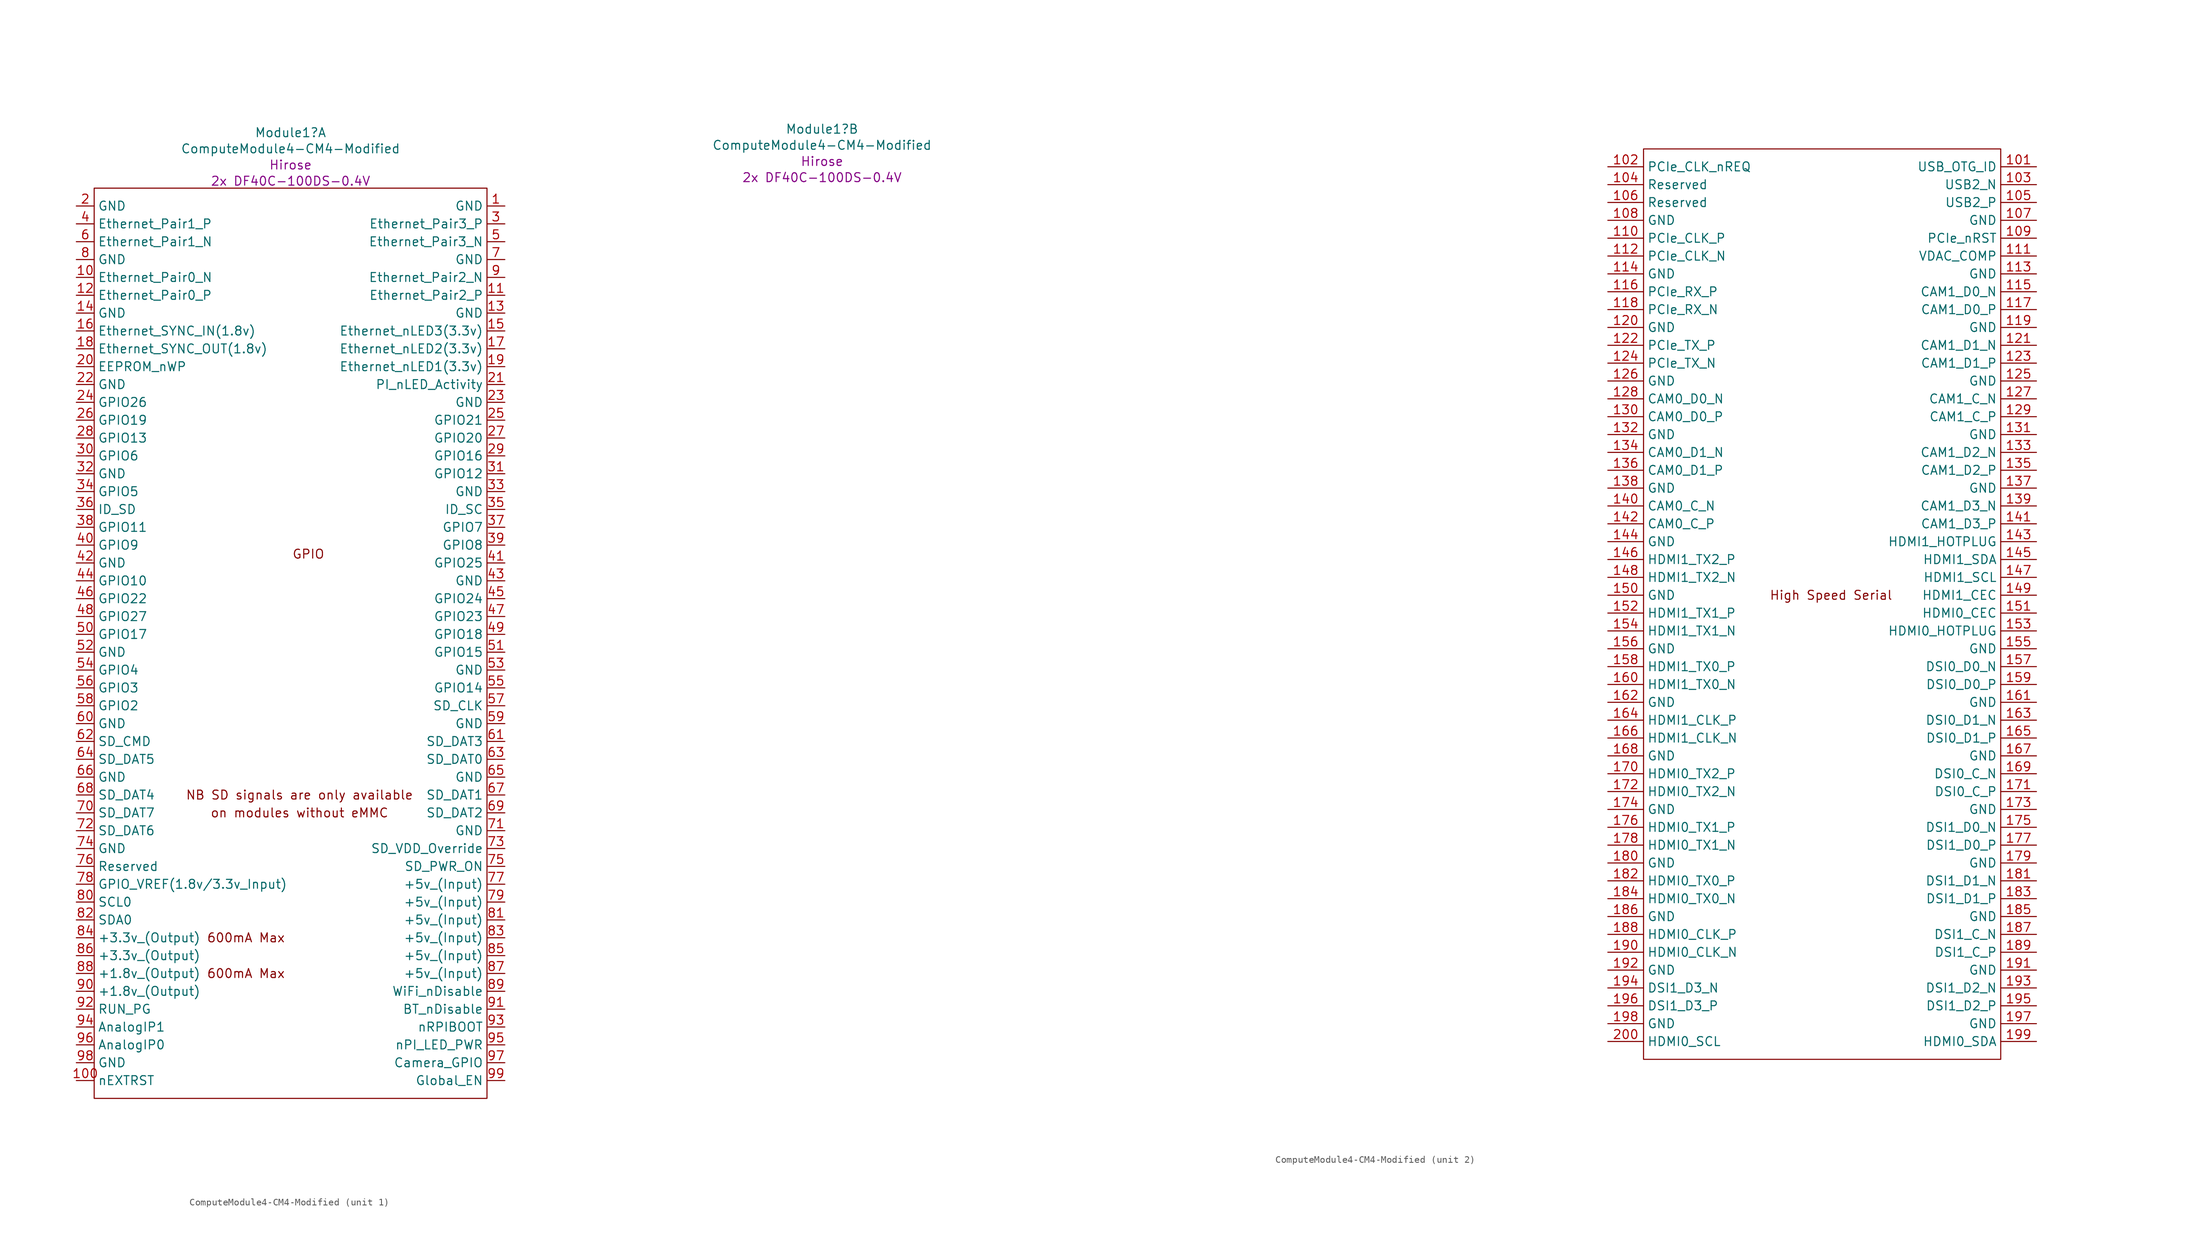
<source format=kicad_sym>
(kicad_symbol_lib
  (version 20211014)
  (generator kicad_symbol_editor)
  (symbol "ComputeModule4-CM4-Modified"
    (property "Reference" "Module1"
      (at -2.54 66.324 0)
      (effects (font (size 1.27 1.27))))
    (property "Value" "ComputeModule4-CM4-Modified"
      (at -2.54 64.025 0)
      (effects (font (size 1.27 1.27))))
    (property "Field4" "Hirose"
      (at -2.54 61.726 0)
      (effects (font (size 1.27 1.27))))
    (property "Field5" "2x DF40C-100DS-0.4V"
      (at -2.54 59.428 0)
      (effects (font (size 1.27 1.27))))
    (symbol "ComputeModule4-CM4-Modified_1_0"
      (text "GPIO" (at 0 6.35 0) (effects (font (size 1.27 1.27)))))
    (symbol "ComputeModule4-CM4-Modified_1_1"
      (rectangle (start -30.48 -71.12) (end 25.4 58.42) (stroke (width 0) (type default) (color 0 0 0 0)) (fill (type none)))
      (text "600mA Max" (at -8.89 -53.34 0) (effects (font (size 1.27 1.27))))
      (text "600mA Max" (at -8.89 -48.26 0) (effects (font (size 1.27 1.27))))
      (text "NB SD signals are only available" (at -1.27 -27.94 0) (effects (font (size 1.27 1.27))))
      (text "on modules without eMMC" (at -1.27 -30.48 0) (effects (font (size 1.27 1.27))))
      (pin power_in line (at 27.94 55.88 180) (length 2.54) (name "GND" (effects (font (size 1.27 1.27)))) (number "1" (effects (font (size 1.27 1.27)))))
      (pin passive line (at -33.02 45.72 0) (length 2.54) (name "Ethernet_Pair0_N" (effects (font (size 1.27 1.27)))) (number "10" (effects (font (size 1.27 1.27)))))
      (pin output line (at -33.02 -68.58 0) (length 2.54) (name "nEXTRST" (effects (font (size 1.27 1.27)))) (number "100" (effects (font (size 1.27 1.27)))))
      (pin passive line (at 27.94 43.18 180) (length 2.54) (name "Ethernet_Pair2_P" (effects (font (size 1.27 1.27)))) (number "11" (effects (font (size 1.27 1.27)))))
      (pin passive line (at -33.02 43.18 0) (length 2.54) (name "Ethernet_Pair0_P" (effects (font (size 1.27 1.27)))) (number "12" (effects (font (size 1.27 1.27)))))
      (pin power_in line (at 27.94 40.64 180) (length 2.54) (name "GND" (effects (font (size 1.27 1.27)))) (number "13" (effects (font (size 1.27 1.27)))))
      (pin power_in line (at -33.02 40.64 0) (length 2.54) (name "GND" (effects (font (size 1.27 1.27)))) (number "14" (effects (font (size 1.27 1.27)))))
      (pin output line (at 27.94 38.1 180) (length 2.54) (name "Ethernet_nLED3(3.3v)" (effects (font (size 1.27 1.27)))) (number "15" (effects (font (size 1.27 1.27)))))
      (pin input line (at -33.02 38.1 0) (length 2.54) (name "Ethernet_SYNC_IN(1.8v)" (effects (font (size 1.27 1.27)))) (number "16" (effects (font (size 1.27 1.27)))))
      (pin output line (at 27.94 35.56 180) (length 2.54) (name "Ethernet_nLED2(3.3v)" (effects (font (size 1.27 1.27)))) (number "17" (effects (font (size 1.27 1.27)))))
      (pin input line (at -33.02 35.56 0) (length 2.54) (name "Ethernet_SYNC_OUT(1.8v)" (effects (font (size 1.27 1.27)))) (number "18" (effects (font (size 1.27 1.27)))))
      (pin output line (at 27.94 33.02 180) (length 2.54) (name "Ethernet_nLED1(3.3v)" (effects (font (size 1.27 1.27)))) (number "19" (effects (font (size 1.27 1.27)))))
      (pin power_in line (at -33.02 55.88 0) (length 2.54) (name "GND" (effects (font (size 1.27 1.27)))) (number "2" (effects (font (size 1.27 1.27)))))
      (pin passive line (at -33.02 33.02 0) (length 2.54) (name "EEPROM_nWP" (effects (font (size 1.27 1.27)))) (number "20" (effects (font (size 1.27 1.27)))))
      (pin open_collector line (at 27.94 30.48 180) (length 2.54) (name "PI_nLED_Activity" (effects (font (size 1.27 1.27)))) (number "21" (effects (font (size 1.27 1.27)))))
      (pin power_in line (at -33.02 30.48 0) (length 2.54) (name "GND" (effects (font (size 1.27 1.27)))) (number "22" (effects (font (size 1.27 1.27)))))
      (pin power_in line (at 27.94 27.94 180) (length 2.54) (name "GND" (effects (font (size 1.27 1.27)))) (number "23" (effects (font (size 1.27 1.27)))))
      (pin passive line (at -33.02 27.94 0) (length 2.54) (name "GPIO26" (effects (font (size 1.27 1.27)))) (number "24" (effects (font (size 1.27 1.27)))))
      (pin passive line (at 27.94 25.4 180) (length 2.54) (name "GPIO21" (effects (font (size 1.27 1.27)))) (number "25" (effects (font (size 1.27 1.27)))))
      (pin passive line (at -33.02 25.4 0) (length 2.54) (name "GPIO19" (effects (font (size 1.27 1.27)))) (number "26" (effects (font (size 1.27 1.27)))))
      (pin passive line (at 27.94 22.86 180) (length 2.54) (name "GPIO20" (effects (font (size 1.27 1.27)))) (number "27" (effects (font (size 1.27 1.27)))))
      (pin passive line (at -33.02 22.86 0) (length 2.54) (name "GPIO13" (effects (font (size 1.27 1.27)))) (number "28" (effects (font (size 1.27 1.27)))))
      (pin passive line (at 27.94 20.32 180) (length 2.54) (name "GPIO16" (effects (font (size 1.27 1.27)))) (number "29" (effects (font (size 1.27 1.27)))))
      (pin passive line (at 27.94 53.34 180) (length 2.54) (name "Ethernet_Pair3_P" (effects (font (size 1.27 1.27)))) (number "3" (effects (font (size 1.27 1.27)))))
      (pin passive line (at -33.02 20.32 0) (length 2.54) (name "GPIO6" (effects (font (size 1.27 1.27)))) (number "30" (effects (font (size 1.27 1.27)))))
      (pin passive line (at 27.94 17.78 180) (length 2.54) (name "GPIO12" (effects (font (size 1.27 1.27)))) (number "31" (effects (font (size 1.27 1.27)))))
      (pin power_in line (at -33.02 17.78 0) (length 2.54) (name "GND" (effects (font (size 1.27 1.27)))) (number "32" (effects (font (size 1.27 1.27)))))
      (pin power_in line (at 27.94 15.24 180) (length 2.54) (name "GND" (effects (font (size 1.27 1.27)))) (number "33" (effects (font (size 1.27 1.27)))))
      (pin passive line (at -33.02 15.24 0) (length 2.54) (name "GPIO5" (effects (font (size 1.27 1.27)))) (number "34" (effects (font (size 1.27 1.27)))))
      (pin passive line (at 27.94 12.7 180) (length 2.54) (name "ID_SC" (effects (font (size 1.27 1.27)))) (number "35" (effects (font (size 1.27 1.27)))))
      (pin passive line (at -33.02 12.7 0) (length 2.54) (name "ID_SD" (effects (font (size 1.27 1.27)))) (number "36" (effects (font (size 1.27 1.27)))))
      (pin passive line (at 27.94 10.16 180) (length 2.54) (name "GPIO7" (effects (font (size 1.27 1.27)))) (number "37" (effects (font (size 1.27 1.27)))))
      (pin passive line (at -33.02 10.16 0) (length 2.54) (name "GPIO11" (effects (font (size 1.27 1.27)))) (number "38" (effects (font (size 1.27 1.27)))))
      (pin passive line (at 27.94 7.62 180) (length 2.54) (name "GPIO8" (effects (font (size 1.27 1.27)))) (number "39" (effects (font (size 1.27 1.27)))))
      (pin passive line (at -33.02 53.34 0) (length 2.54) (name "Ethernet_Pair1_P" (effects (font (size 1.27 1.27)))) (number "4" (effects (font (size 1.27 1.27)))))
      (pin passive line (at -33.02 7.62 0) (length 2.54) (name "GPIO9" (effects (font (size 1.27 1.27)))) (number "40" (effects (font (size 1.27 1.27)))))
      (pin passive line (at 27.94 5.08 180) (length 2.54) (name "GPIO25" (effects (font (size 1.27 1.27)))) (number "41" (effects (font (size 1.27 1.27)))))
      (pin power_in line (at -33.02 5.08 0) (length 2.54) (name "GND" (effects (font (size 1.27 1.27)))) (number "42" (effects (font (size 1.27 1.27)))))
      (pin power_in line (at 27.94 2.54 180) (length 2.54) (name "GND" (effects (font (size 1.27 1.27)))) (number "43" (effects (font (size 1.27 1.27)))))
      (pin passive line (at -33.02 2.54 0) (length 2.54) (name "GPIO10" (effects (font (size 1.27 1.27)))) (number "44" (effects (font (size 1.27 1.27)))))
      (pin passive line (at 27.94 0 180) (length 2.54) (name "GPIO24" (effects (font (size 1.27 1.27)))) (number "45" (effects (font (size 1.27 1.27)))))
      (pin passive line (at -33.02 0 0) (length 2.54) (name "GPIO22" (effects (font (size 1.27 1.27)))) (number "46" (effects (font (size 1.27 1.27)))))
      (pin passive line (at 27.94 -2.54 180) (length 2.54) (name "GPIO23" (effects (font (size 1.27 1.27)))) (number "47" (effects (font (size 1.27 1.27)))))
      (pin passive line (at -33.02 -2.54 0) (length 2.54) (name "GPIO27" (effects (font (size 1.27 1.27)))) (number "48" (effects (font (size 1.27 1.27)))))
      (pin passive line (at 27.94 -5.08 180) (length 2.54) (name "GPIO18" (effects (font (size 1.27 1.27)))) (number "49" (effects (font (size 1.27 1.27)))))
      (pin passive line (at 27.94 50.8 180) (length 2.54) (name "Ethernet_Pair3_N" (effects (font (size 1.27 1.27)))) (number "5" (effects (font (size 1.27 1.27)))))
      (pin passive line (at -33.02 -5.08 0) (length 2.54) (name "GPIO17" (effects (font (size 1.27 1.27)))) (number "50" (effects (font (size 1.27 1.27)))))
      (pin passive line (at 27.94 -7.62 180) (length 2.54) (name "GPIO15" (effects (font (size 1.27 1.27)))) (number "51" (effects (font (size 1.27 1.27)))))
      (pin power_in line (at -33.02 -7.62 0) (length 2.54) (name "GND" (effects (font (size 1.27 1.27)))) (number "52" (effects (font (size 1.27 1.27)))))
      (pin power_in line (at 27.94 -10.16 180) (length 2.54) (name "GND" (effects (font (size 1.27 1.27)))) (number "53" (effects (font (size 1.27 1.27)))))
      (pin passive line (at -33.02 -10.16 0) (length 2.54) (name "GPIO4" (effects (font (size 1.27 1.27)))) (number "54" (effects (font (size 1.27 1.27)))))
      (pin passive line (at 27.94 -12.7 180) (length 2.54) (name "GPIO14" (effects (font (size 1.27 1.27)))) (number "55" (effects (font (size 1.27 1.27)))))
      (pin passive line (at -33.02 -12.7 0) (length 2.54) (name "GPIO3" (effects (font (size 1.27 1.27)))) (number "56" (effects (font (size 1.27 1.27)))))
      (pin passive line (at 27.94 -15.24 180) (length 2.54) (name "SD_CLK" (effects (font (size 1.27 1.27)))) (number "57" (effects (font (size 1.27 1.27)))))
      (pin passive line (at -33.02 -15.24 0) (length 2.54) (name "GPIO2" (effects (font (size 1.27 1.27)))) (number "58" (effects (font (size 1.27 1.27)))))
      (pin power_in line (at 27.94 -17.78 180) (length 2.54) (name "GND" (effects (font (size 1.27 1.27)))) (number "59" (effects (font (size 1.27 1.27)))))
      (pin passive line (at -33.02 50.8 0) (length 2.54) (name "Ethernet_Pair1_N" (effects (font (size 1.27 1.27)))) (number "6" (effects (font (size 1.27 1.27)))))
      (pin power_in line (at -33.02 -17.78 0) (length 2.54) (name "GND" (effects (font (size 1.27 1.27)))) (number "60" (effects (font (size 1.27 1.27)))))
      (pin passive line (at 27.94 -20.32 180) (length 2.54) (name "SD_DAT3" (effects (font (size 1.27 1.27)))) (number "61" (effects (font (size 1.27 1.27)))))
      (pin passive line (at -33.02 -20.32 0) (length 2.54) (name "SD_CMD" (effects (font (size 1.27 1.27)))) (number "62" (effects (font (size 1.27 1.27)))))
      (pin passive line (at 27.94 -22.86 180) (length 2.54) (name "SD_DAT0" (effects (font (size 1.27 1.27)))) (number "63" (effects (font (size 1.27 1.27)))))
      (pin passive line (at -33.02 -22.86 0) (length 2.54) (name "SD_DAT5" (effects (font (size 1.27 1.27)))) (number "64" (effects (font (size 1.27 1.27)))))
      (pin power_in line (at 27.94 -25.4 180) (length 2.54) (name "GND" (effects (font (size 1.27 1.27)))) (number "65" (effects (font (size 1.27 1.27)))))
      (pin power_in line (at -33.02 -25.4 0) (length 2.54) (name "GND" (effects (font (size 1.27 1.27)))) (number "66" (effects (font (size 1.27 1.27)))))
      (pin passive line (at 27.94 -27.94 180) (length 2.54) (name "SD_DAT1" (effects (font (size 1.27 1.27)))) (number "67" (effects (font (size 1.27 1.27)))))
      (pin passive line (at -33.02 -27.94 0) (length 2.54) (name "SD_DAT4" (effects (font (size 1.27 1.27)))) (number "68" (effects (font (size 1.27 1.27)))))
      (pin passive line (at 27.94 -30.48 180) (length 2.54) (name "SD_DAT2" (effects (font (size 1.27 1.27)))) (number "69" (effects (font (size 1.27 1.27)))))
      (pin power_in line (at 27.94 48.26 180) (length 2.54) (name "GND" (effects (font (size 1.27 1.27)))) (number "7" (effects (font (size 1.27 1.27)))))
      (pin passive line (at -33.02 -30.48 0) (length 2.54) (name "SD_DAT7" (effects (font (size 1.27 1.27)))) (number "70" (effects (font (size 1.27 1.27)))))
      (pin power_in line (at 27.94 -33.02 180) (length 2.54) (name "GND" (effects (font (size 1.27 1.27)))) (number "71" (effects (font (size 1.27 1.27)))))
      (pin passive line (at -33.02 -33.02 0) (length 2.54) (name "SD_DAT6" (effects (font (size 1.27 1.27)))) (number "72" (effects (font (size 1.27 1.27)))))
      (pin input line (at 27.94 -35.56 180) (length 2.54) (name "SD_VDD_Override" (effects (font (size 1.27 1.27)))) (number "73" (effects (font (size 1.27 1.27)))))
      (pin power_in line (at -33.02 -35.56 0) (length 2.54) (name "GND" (effects (font (size 1.27 1.27)))) (number "74" (effects (font (size 1.27 1.27)))))
      (pin output line (at 27.94 -38.1 180) (length 2.54) (name "SD_PWR_ON" (effects (font (size 1.27 1.27)))) (number "75" (effects (font (size 1.27 1.27)))))
      (pin passive line (at -33.02 -38.1 0) (length 2.54) (name "Reserved" (effects (font (size 1.27 1.27)))) (number "76" (effects (font (size 1.27 1.27)))))
      (pin power_in line (at 27.94 -40.64 180) (length 2.54) (name "+5v_(Input)" (effects (font (size 1.27 1.27)))) (number "77" (effects (font (size 1.27 1.27)))))
      (pin power_in line (at -33.02 -40.64 0) (length 2.54) (name "GPIO_VREF(1.8v/3.3v_Input)" (effects (font (size 1.27 1.27)))) (number "78" (effects (font (size 1.27 1.27)))))
      (pin power_in line (at 27.94 -43.18 180) (length 2.54) (name "+5v_(Input)" (effects (font (size 1.27 1.27)))) (number "79" (effects (font (size 1.27 1.27)))))
      (pin power_in line (at -33.02 48.26 0) (length 2.54) (name "GND" (effects (font (size 1.27 1.27)))) (number "8" (effects (font (size 1.27 1.27)))))
      (pin passive line (at -33.02 -43.18 0) (length 2.54) (name "SCL0" (effects (font (size 1.27 1.27)))) (number "80" (effects (font (size 1.27 1.27)))))
      (pin power_in line (at 27.94 -45.72 180) (length 2.54) (name "+5v_(Input)" (effects (font (size 1.27 1.27)))) (number "81" (effects (font (size 1.27 1.27)))))
      (pin passive line (at -33.02 -45.72 0) (length 2.54) (name "SDA0" (effects (font (size 1.27 1.27)))) (number "82" (effects (font (size 1.27 1.27)))))
      (pin power_in line (at 27.94 -48.26 180) (length 2.54) (name "+5v_(Input)" (effects (font (size 1.27 1.27)))) (number "83" (effects (font (size 1.27 1.27)))))
      (pin power_out line (at -33.02 -48.26 0) (length 2.54) (name "+3.3v_(Output)" (effects (font (size 1.27 1.27)))) (number "84" (effects (font (size 1.27 1.27)))) (alternate "3v3 Passive" passive line))
      (pin power_in line (at 27.94 -50.8 180) (length 2.54) (name "+5v_(Input)" (effects (font (size 1.27 1.27)))) (number "85" (effects (font (size 1.27 1.27)))))
      (pin power_out line (at -33.02 -50.8 0) (length 2.54) (name "+3.3v_(Output)" (effects (font (size 1.27 1.27)))) (number "86" (effects (font (size 1.27 1.27)))) (alternate "3v3 Passive" passive line))
      (pin power_in line (at 27.94 -53.34 180) (length 2.54) (name "+5v_(Input)" (effects (font (size 1.27 1.27)))) (number "87" (effects (font (size 1.27 1.27)))))
      (pin power_out line (at -33.02 -53.34 0) (length 2.54) (name "+1.8v_(Output)" (effects (font (size 1.27 1.27)))) (number "88" (effects (font (size 1.27 1.27)))))
      (pin power_in line (at 27.94 -55.88 180) (length 2.54) (name "WiFi_nDisable" (effects (font (size 1.27 1.27)))) (number "89" (effects (font (size 1.27 1.27)))))
      (pin passive line (at 27.94 45.72 180) (length 2.54) (name "Ethernet_Pair2_N" (effects (font (size 1.27 1.27)))) (number "9" (effects (font (size 1.27 1.27)))))
      (pin power_out line (at -33.02 -55.88 0) (length 2.54) (name "+1.8v_(Output)" (effects (font (size 1.27 1.27)))) (number "90" (effects (font (size 1.27 1.27)))))
      (pin power_in line (at 27.94 -58.42 180) (length 2.54) (name "BT_nDisable" (effects (font (size 1.27 1.27)))) (number "91" (effects (font (size 1.27 1.27)))))
      (pin passive line (at -33.02 -58.42 0) (length 2.54) (name "RUN_PG" (effects (font (size 1.27 1.27)))) (number "92" (effects (font (size 1.27 1.27)))))
      (pin input line (at 27.94 -60.96 180) (length 2.54) (name "nRPIBOOT" (effects (font (size 1.27 1.27)))) (number "93" (effects (font (size 1.27 1.27)))))
      (pin passive line (at -33.02 -60.96 0) (length 2.54) (name "AnalogIP1" (effects (font (size 1.27 1.27)))) (number "94" (effects (font (size 1.27 1.27)))))
      (pin output line (at 27.94 -63.5 180) (length 2.54) (name "nPI_LED_PWR" (effects (font (size 1.27 1.27)))) (number "95" (effects (font (size 1.27 1.27)))))
      (pin passive line (at -33.02 -63.5 0) (length 2.54) (name "AnalogIP0" (effects (font (size 1.27 1.27)))) (number "96" (effects (font (size 1.27 1.27)))))
      (pin passive line (at 27.94 -66.04 180) (length 2.54) (name "Camera_GPIO" (effects (font (size 1.27 1.27)))) (number "97" (effects (font (size 1.27 1.27)))))
      (pin power_in line (at -33.02 -66.04 0) (length 2.54) (name "GND" (effects (font (size 1.27 1.27)))) (number "98" (effects (font (size 1.27 1.27)))))
      (pin input line (at 27.94 -68.58 180) (length 2.54) (name "Global_EN" (effects (font (size 1.27 1.27)))) (number "99" (effects (font (size 1.27 1.27))))))
    (symbol "ComputeModule4-CM4-Modified_2_1"
      (rectangle (start 114.3 -66.04) (end 165.1 63.5) (stroke (width 0) (type default) (color 0 0 0 0)) (fill (type none)))
      (text "High Speed Serial" (at 140.97 0 0) (effects (font (size 1.27 1.27))))
      (pin input line (at 170.18 60.96 180) (length 5.08) (name "USB_OTG_ID" (effects (font (size 1.27 1.27)))) (number "101" (effects (font (size 1.27 1.27)))))
      (pin input line (at 109.22 60.96 0) (length 5.08) (name "PCIe_CLK_nREQ" (effects (font (size 1.27 1.27)))) (number "102" (effects (font (size 1.27 1.27)))))
      (pin passive line (at 170.18 58.42 180) (length 5.08) (name "USB2_N" (effects (font (size 1.27 1.27)))) (number "103" (effects (font (size 1.27 1.27)))))
      (pin passive line (at 109.22 58.42 0) (length 5.08) (name "Reserved" (effects (font (size 1.27 1.27)))) (number "104" (effects (font (size 1.27 1.27)))))
      (pin passive line (at 170.18 55.88 180) (length 5.08) (name "USB2_P" (effects (font (size 1.27 1.27)))) (number "105" (effects (font (size 1.27 1.27)))))
      (pin passive line (at 109.22 55.88 0) (length 5.08) (name "Reserved" (effects (font (size 1.27 1.27)))) (number "106" (effects (font (size 1.27 1.27)))))
      (pin power_in line (at 170.18 53.34 180) (length 5.08) (name "GND" (effects (font (size 1.27 1.27)))) (number "107" (effects (font (size 1.27 1.27)))))
      (pin power_in line (at 109.22 53.34 0) (length 5.08) (name "GND" (effects (font (size 1.27 1.27)))) (number "108" (effects (font (size 1.27 1.27)))))
      (pin bidirectional line (at 170.18 50.8 180) (length 5.08) (name "PCIe_nRST" (effects (font (size 1.27 1.27)))) (number "109" (effects (font (size 1.27 1.27)))))
      (pin output line (at 109.22 50.8 0) (length 5.08) (name "PCIe_CLK_P" (effects (font (size 1.27 1.27)))) (number "110" (effects (font (size 1.27 1.27)))))
      (pin passive line (at 170.18 48.26 180) (length 5.08) (name "VDAC_COMP" (effects (font (size 1.27 1.27)))) (number "111" (effects (font (size 1.27 1.27)))))
      (pin output line (at 109.22 48.26 0) (length 5.08) (name "PCIe_CLK_N" (effects (font (size 1.27 1.27)))) (number "112" (effects (font (size 1.27 1.27)))))
      (pin power_in line (at 170.18 45.72 180) (length 5.08) (name "GND" (effects (font (size 1.27 1.27)))) (number "113" (effects (font (size 1.27 1.27)))))
      (pin power_in line (at 109.22 45.72 0) (length 5.08) (name "GND" (effects (font (size 1.27 1.27)))) (number "114" (effects (font (size 1.27 1.27)))))
      (pin input line (at 170.18 43.18 180) (length 5.08) (name "CAM1_D0_N" (effects (font (size 1.27 1.27)))) (number "115" (effects (font (size 1.27 1.27)))))
      (pin input line (at 109.22 43.18 0) (length 5.08) (name "PCIe_RX_P" (effects (font (size 1.27 1.27)))) (number "116" (effects (font (size 1.27 1.27)))))
      (pin input line (at 170.18 40.64 180) (length 5.08) (name "CAM1_D0_P" (effects (font (size 1.27 1.27)))) (number "117" (effects (font (size 1.27 1.27)))))
      (pin input line (at 109.22 40.64 0) (length 5.08) (name "PCIe_RX_N" (effects (font (size 1.27 1.27)))) (number "118" (effects (font (size 1.27 1.27)))))
      (pin power_in line (at 170.18 38.1 180) (length 5.08) (name "GND" (effects (font (size 1.27 1.27)))) (number "119" (effects (font (size 1.27 1.27)))))
      (pin power_in line (at 109.22 38.1 0) (length 5.08) (name "GND" (effects (font (size 1.27 1.27)))) (number "120" (effects (font (size 1.27 1.27)))))
      (pin input line (at 170.18 35.56 180) (length 5.08) (name "CAM1_D1_N" (effects (font (size 1.27 1.27)))) (number "121" (effects (font (size 1.27 1.27)))))
      (pin output line (at 109.22 35.56 0) (length 5.08) (name "PCIe_TX_P" (effects (font (size 1.27 1.27)))) (number "122" (effects (font (size 1.27 1.27)))))
      (pin input line (at 170.18 33.02 180) (length 5.08) (name "CAM1_D1_P" (effects (font (size 1.27 1.27)))) (number "123" (effects (font (size 1.27 1.27)))))
      (pin output line (at 109.22 33.02 0) (length 5.08) (name "PCIe_TX_N" (effects (font (size 1.27 1.27)))) (number "124" (effects (font (size 1.27 1.27)))))
      (pin power_in line (at 170.18 30.48 180) (length 5.08) (name "GND" (effects (font (size 1.27 1.27)))) (number "125" (effects (font (size 1.27 1.27)))))
      (pin power_in line (at 109.22 30.48 0) (length 5.08) (name "GND" (effects (font (size 1.27 1.27)))) (number "126" (effects (font (size 1.27 1.27)))))
      (pin input line (at 170.18 27.94 180) (length 5.08) (name "CAM1_C_N" (effects (font (size 1.27 1.27)))) (number "127" (effects (font (size 1.27 1.27)))))
      (pin input line (at 109.22 27.94 0) (length 5.08) (name "CAM0_D0_N" (effects (font (size 1.27 1.27)))) (number "128" (effects (font (size 1.27 1.27)))))
      (pin input line (at 170.18 25.4 180) (length 5.08) (name "CAM1_C_P" (effects (font (size 1.27 1.27)))) (number "129" (effects (font (size 1.27 1.27)))))
      (pin input line (at 109.22 25.4 0) (length 5.08) (name "CAM0_D0_P" (effects (font (size 1.27 1.27)))) (number "130" (effects (font (size 1.27 1.27)))))
      (pin power_in line (at 170.18 22.86 180) (length 5.08) (name "GND" (effects (font (size 1.27 1.27)))) (number "131" (effects (font (size 1.27 1.27)))))
      (pin power_in line (at 109.22 22.86 0) (length 5.08) (name "GND" (effects (font (size 1.27 1.27)))) (number "132" (effects (font (size 1.27 1.27)))))
      (pin input line (at 170.18 20.32 180) (length 5.08) (name "CAM1_D2_N" (effects (font (size 1.27 1.27)))) (number "133" (effects (font (size 1.27 1.27)))))
      (pin input line (at 109.22 20.32 0) (length 5.08) (name "CAM0_D1_N" (effects (font (size 1.27 1.27)))) (number "134" (effects (font (size 1.27 1.27)))))
      (pin input line (at 170.18 17.78 180) (length 5.08) (name "CAM1_D2_P" (effects (font (size 1.27 1.27)))) (number "135" (effects (font (size 1.27 1.27)))))
      (pin input line (at 109.22 17.78 0) (length 5.08) (name "CAM0_D1_P" (effects (font (size 1.27 1.27)))) (number "136" (effects (font (size 1.27 1.27)))))
      (pin power_in line (at 170.18 15.24 180) (length 5.08) (name "GND" (effects (font (size 1.27 1.27)))) (number "137" (effects (font (size 1.27 1.27)))))
      (pin power_in line (at 109.22 15.24 0) (length 5.08) (name "GND" (effects (font (size 1.27 1.27)))) (number "138" (effects (font (size 1.27 1.27)))))
      (pin input line (at 170.18 12.7 180) (length 5.08) (name "CAM1_D3_N" (effects (font (size 1.27 1.27)))) (number "139" (effects (font (size 1.27 1.27)))))
      (pin input line (at 109.22 12.7 0) (length 5.08) (name "CAM0_C_N" (effects (font (size 1.27 1.27)))) (number "140" (effects (font (size 1.27 1.27)))))
      (pin input line (at 170.18 10.16 180) (length 5.08) (name "CAM1_D3_P" (effects (font (size 1.27 1.27)))) (number "141" (effects (font (size 1.27 1.27)))))
      (pin input line (at 109.22 10.16 0) (length 5.08) (name "CAM0_C_P" (effects (font (size 1.27 1.27)))) (number "142" (effects (font (size 1.27 1.27)))))
      (pin input line (at 170.18 7.62 180) (length 5.08) (name "HDMI1_HOTPLUG" (effects (font (size 1.27 1.27)))) (number "143" (effects (font (size 1.27 1.27)))))
      (pin power_in line (at 109.22 7.62 0) (length 5.08) (name "GND" (effects (font (size 1.27 1.27)))) (number "144" (effects (font (size 1.27 1.27)))))
      (pin bidirectional line (at 170.18 5.08 180) (length 5.08) (name "HDMI1_SDA" (effects (font (size 1.27 1.27)))) (number "145" (effects (font (size 1.27 1.27)))))
      (pin output line (at 109.22 5.08 0) (length 5.08) (name "HDMI1_TX2_P" (effects (font (size 1.27 1.27)))) (number "146" (effects (font (size 1.27 1.27)))))
      (pin open_collector line (at 170.18 2.54 180) (length 5.08) (name "HDMI1_SCL" (effects (font (size 1.27 1.27)))) (number "147" (effects (font (size 1.27 1.27)))))
      (pin output line (at 109.22 2.54 0) (length 5.08) (name "HDMI1_TX2_N" (effects (font (size 1.27 1.27)))) (number "148" (effects (font (size 1.27 1.27)))))
      (pin open_collector line (at 170.18 0 180) (length 5.08) (name "HDMI1_CEC" (effects (font (size 1.27 1.27)))) (number "149" (effects (font (size 1.27 1.27)))))
      (pin power_in line (at 109.22 0 0) (length 5.08) (name "GND" (effects (font (size 1.27 1.27)))) (number "150" (effects (font (size 1.27 1.27)))))
      (pin open_collector line (at 170.18 -2.54 180) (length 5.08) (name "HDMI0_CEC" (effects (font (size 1.27 1.27)))) (number "151" (effects (font (size 1.27 1.27)))))
      (pin output line (at 109.22 -2.54 0) (length 5.08) (name "HDMI1_TX1_P" (effects (font (size 1.27 1.27)))) (number "152" (effects (font (size 1.27 1.27)))))
      (pin input line (at 170.18 -5.08 180) (length 5.08) (name "HDMI0_HOTPLUG" (effects (font (size 1.27 1.27)))) (number "153" (effects (font (size 1.27 1.27)))))
      (pin output line (at 109.22 -5.08 0) (length 5.08) (name "HDMI1_TX1_N" (effects (font (size 1.27 1.27)))) (number "154" (effects (font (size 1.27 1.27)))))
      (pin power_in line (at 170.18 -7.62 180) (length 5.08) (name "GND" (effects (font (size 1.27 1.27)))) (number "155" (effects (font (size 1.27 1.27)))))
      (pin power_in line (at 109.22 -7.62 0) (length 5.08) (name "GND" (effects (font (size 1.27 1.27)))) (number "156" (effects (font (size 1.27 1.27)))))
      (pin output line (at 170.18 -10.16 180) (length 5.08) (name "DSI0_D0_N" (effects (font (size 1.27 1.27)))) (number "157" (effects (font (size 1.27 1.27)))))
      (pin output line (at 109.22 -10.16 0) (length 5.08) (name "HDMI1_TX0_P" (effects (font (size 1.27 1.27)))) (number "158" (effects (font (size 1.27 1.27)))))
      (pin output line (at 170.18 -12.7 180) (length 5.08) (name "DSI0_D0_P" (effects (font (size 1.27 1.27)))) (number "159" (effects (font (size 1.27 1.27)))))
      (pin output line (at 109.22 -12.7 0) (length 5.08) (name "HDMI1_TX0_N" (effects (font (size 1.27 1.27)))) (number "160" (effects (font (size 1.27 1.27)))))
      (pin power_in line (at 170.18 -15.24 180) (length 5.08) (name "GND" (effects (font (size 1.27 1.27)))) (number "161" (effects (font (size 1.27 1.27)))))
      (pin power_in line (at 109.22 -15.24 0) (length 5.08) (name "GND" (effects (font (size 1.27 1.27)))) (number "162" (effects (font (size 1.27 1.27)))))
      (pin output line (at 170.18 -17.78 180) (length 5.08) (name "DSI0_D1_N" (effects (font (size 1.27 1.27)))) (number "163" (effects (font (size 1.27 1.27)))))
      (pin output line (at 109.22 -17.78 0) (length 5.08) (name "HDMI1_CLK_P" (effects (font (size 1.27 1.27)))) (number "164" (effects (font (size 1.27 1.27)))))
      (pin output line (at 170.18 -20.32 180) (length 5.08) (name "DSI0_D1_P" (effects (font (size 1.27 1.27)))) (number "165" (effects (font (size 1.27 1.27)))))
      (pin output line (at 109.22 -20.32 0) (length 5.08) (name "HDMI1_CLK_N" (effects (font (size 1.27 1.27)))) (number "166" (effects (font (size 1.27 1.27)))))
      (pin power_in line (at 170.18 -22.86 180) (length 5.08) (name "GND" (effects (font (size 1.27 1.27)))) (number "167" (effects (font (size 1.27 1.27)))))
      (pin power_in line (at 109.22 -22.86 0) (length 5.08) (name "GND" (effects (font (size 1.27 1.27)))) (number "168" (effects (font (size 1.27 1.27)))))
      (pin output line (at 170.18 -25.4 180) (length 5.08) (name "DSI0_C_N" (effects (font (size 1.27 1.27)))) (number "169" (effects (font (size 1.27 1.27)))))
      (pin output line (at 109.22 -25.4 0) (length 5.08) (name "HDMI0_TX2_P" (effects (font (size 1.27 1.27)))) (number "170" (effects (font (size 1.27 1.27)))))
      (pin output line (at 170.18 -27.94 180) (length 5.08) (name "DSI0_C_P" (effects (font (size 1.27 1.27)))) (number "171" (effects (font (size 1.27 1.27)))))
      (pin output line (at 109.22 -27.94 0) (length 5.08) (name "HDMI0_TX2_N" (effects (font (size 1.27 1.27)))) (number "172" (effects (font (size 1.27 1.27)))))
      (pin power_in line (at 170.18 -30.48 180) (length 5.08) (name "GND" (effects (font (size 1.27 1.27)))) (number "173" (effects (font (size 1.27 1.27)))))
      (pin power_in line (at 109.22 -30.48 0) (length 5.08) (name "GND" (effects (font (size 1.27 1.27)))) (number "174" (effects (font (size 1.27 1.27)))))
      (pin output line (at 170.18 -33.02 180) (length 5.08) (name "DSI1_D0_N" (effects (font (size 1.27 1.27)))) (number "175" (effects (font (size 1.27 1.27)))))
      (pin output line (at 109.22 -33.02 0) (length 5.08) (name "HDMI0_TX1_P" (effects (font (size 1.27 1.27)))) (number "176" (effects (font (size 1.27 1.27)))))
      (pin output line (at 170.18 -35.56 180) (length 5.08) (name "DSI1_D0_P" (effects (font (size 1.27 1.27)))) (number "177" (effects (font (size 1.27 1.27)))))
      (pin output line (at 109.22 -35.56 0) (length 5.08) (name "HDMI0_TX1_N" (effects (font (size 1.27 1.27)))) (number "178" (effects (font (size 1.27 1.27)))))
      (pin power_in line (at 170.18 -38.1 180) (length 5.08) (name "GND" (effects (font (size 1.27 1.27)))) (number "179" (effects (font (size 1.27 1.27)))))
      (pin power_in line (at 109.22 -38.1 0) (length 5.08) (name "GND" (effects (font (size 1.27 1.27)))) (number "180" (effects (font (size 1.27 1.27)))))
      (pin output line (at 170.18 -40.64 180) (length 5.08) (name "DSI1_D1_N" (effects (font (size 1.27 1.27)))) (number "181" (effects (font (size 1.27 1.27)))))
      (pin output line (at 109.22 -40.64 0) (length 5.08) (name "HDMI0_TX0_P" (effects (font (size 1.27 1.27)))) (number "182" (effects (font (size 1.27 1.27)))))
      (pin output line (at 170.18 -43.18 180) (length 5.08) (name "DSI1_D1_P" (effects (font (size 1.27 1.27)))) (number "183" (effects (font (size 1.27 1.27)))))
      (pin output line (at 109.22 -43.18 0) (length 5.08) (name "HDMI0_TX0_N" (effects (font (size 1.27 1.27)))) (number "184" (effects (font (size 1.27 1.27)))))
      (pin power_in line (at 170.18 -45.72 180) (length 5.08) (name "GND" (effects (font (size 1.27 1.27)))) (number "185" (effects (font (size 1.27 1.27)))))
      (pin power_in line (at 109.22 -45.72 0) (length 5.08) (name "GND" (effects (font (size 1.27 1.27)))) (number "186" (effects (font (size 1.27 1.27)))))
      (pin output line (at 170.18 -48.26 180) (length 5.08) (name "DSI1_C_N" (effects (font (size 1.27 1.27)))) (number "187" (effects (font (size 1.27 1.27)))))
      (pin output line (at 109.22 -48.26 0) (length 5.08) (name "HDMI0_CLK_P" (effects (font (size 1.27 1.27)))) (number "188" (effects (font (size 1.27 1.27)))))
      (pin output line (at 170.18 -50.8 180) (length 5.08) (name "DSI1_C_P" (effects (font (size 1.27 1.27)))) (number "189" (effects (font (size 1.27 1.27)))))
      (pin output line (at 109.22 -50.8 0) (length 5.08) (name "HDMI0_CLK_N" (effects (font (size 1.27 1.27)))) (number "190" (effects (font (size 1.27 1.27)))))
      (pin power_in line (at 170.18 -53.34 180) (length 5.08) (name "GND" (effects (font (size 1.27 1.27)))) (number "191" (effects (font (size 1.27 1.27)))))
      (pin power_in line (at 109.22 -53.34 0) (length 5.08) (name "GND" (effects (font (size 1.27 1.27)))) (number "192" (effects (font (size 1.27 1.27)))))
      (pin output line (at 170.18 -55.88 180) (length 5.08) (name "DSI1_D2_N" (effects (font (size 1.27 1.27)))) (number "193" (effects (font (size 1.27 1.27)))))
      (pin output line (at 109.22 -55.88 0) (length 5.08) (name "DSI1_D3_N" (effects (font (size 1.27 1.27)))) (number "194" (effects (font (size 1.27 1.27)))))
      (pin output line (at 170.18 -58.42 180) (length 5.08) (name "DSI1_D2_P" (effects (font (size 1.27 1.27)))) (number "195" (effects (font (size 1.27 1.27)))))
      (pin output line (at 109.22 -58.42 0) (length 5.08) (name "DSI1_D3_P" (effects (font (size 1.27 1.27)))) (number "196" (effects (font (size 1.27 1.27)))))
      (pin power_in line (at 170.18 -60.96 180) (length 5.08) (name "GND" (effects (font (size 1.27 1.27)))) (number "197" (effects (font (size 1.27 1.27)))))
      (pin power_in line (at 109.22 -60.96 0) (length 5.08) (name "GND" (effects (font (size 1.27 1.27)))) (number "198" (effects (font (size 1.27 1.27)))))
      (pin bidirectional line (at 170.18 -63.5 180) (length 5.08) (name "HDMI0_SDA" (effects (font (size 1.27 1.27)))) (number "199" (effects (font (size 1.27 1.27)))))
      (pin open_collector line (at 109.22 -63.5 0) (length 5.08) (name "HDMI0_SCL" (effects (font (size 1.27 1.27)))) (number "200" (effects (font (size 1.27 1.27))))))))
</source>
